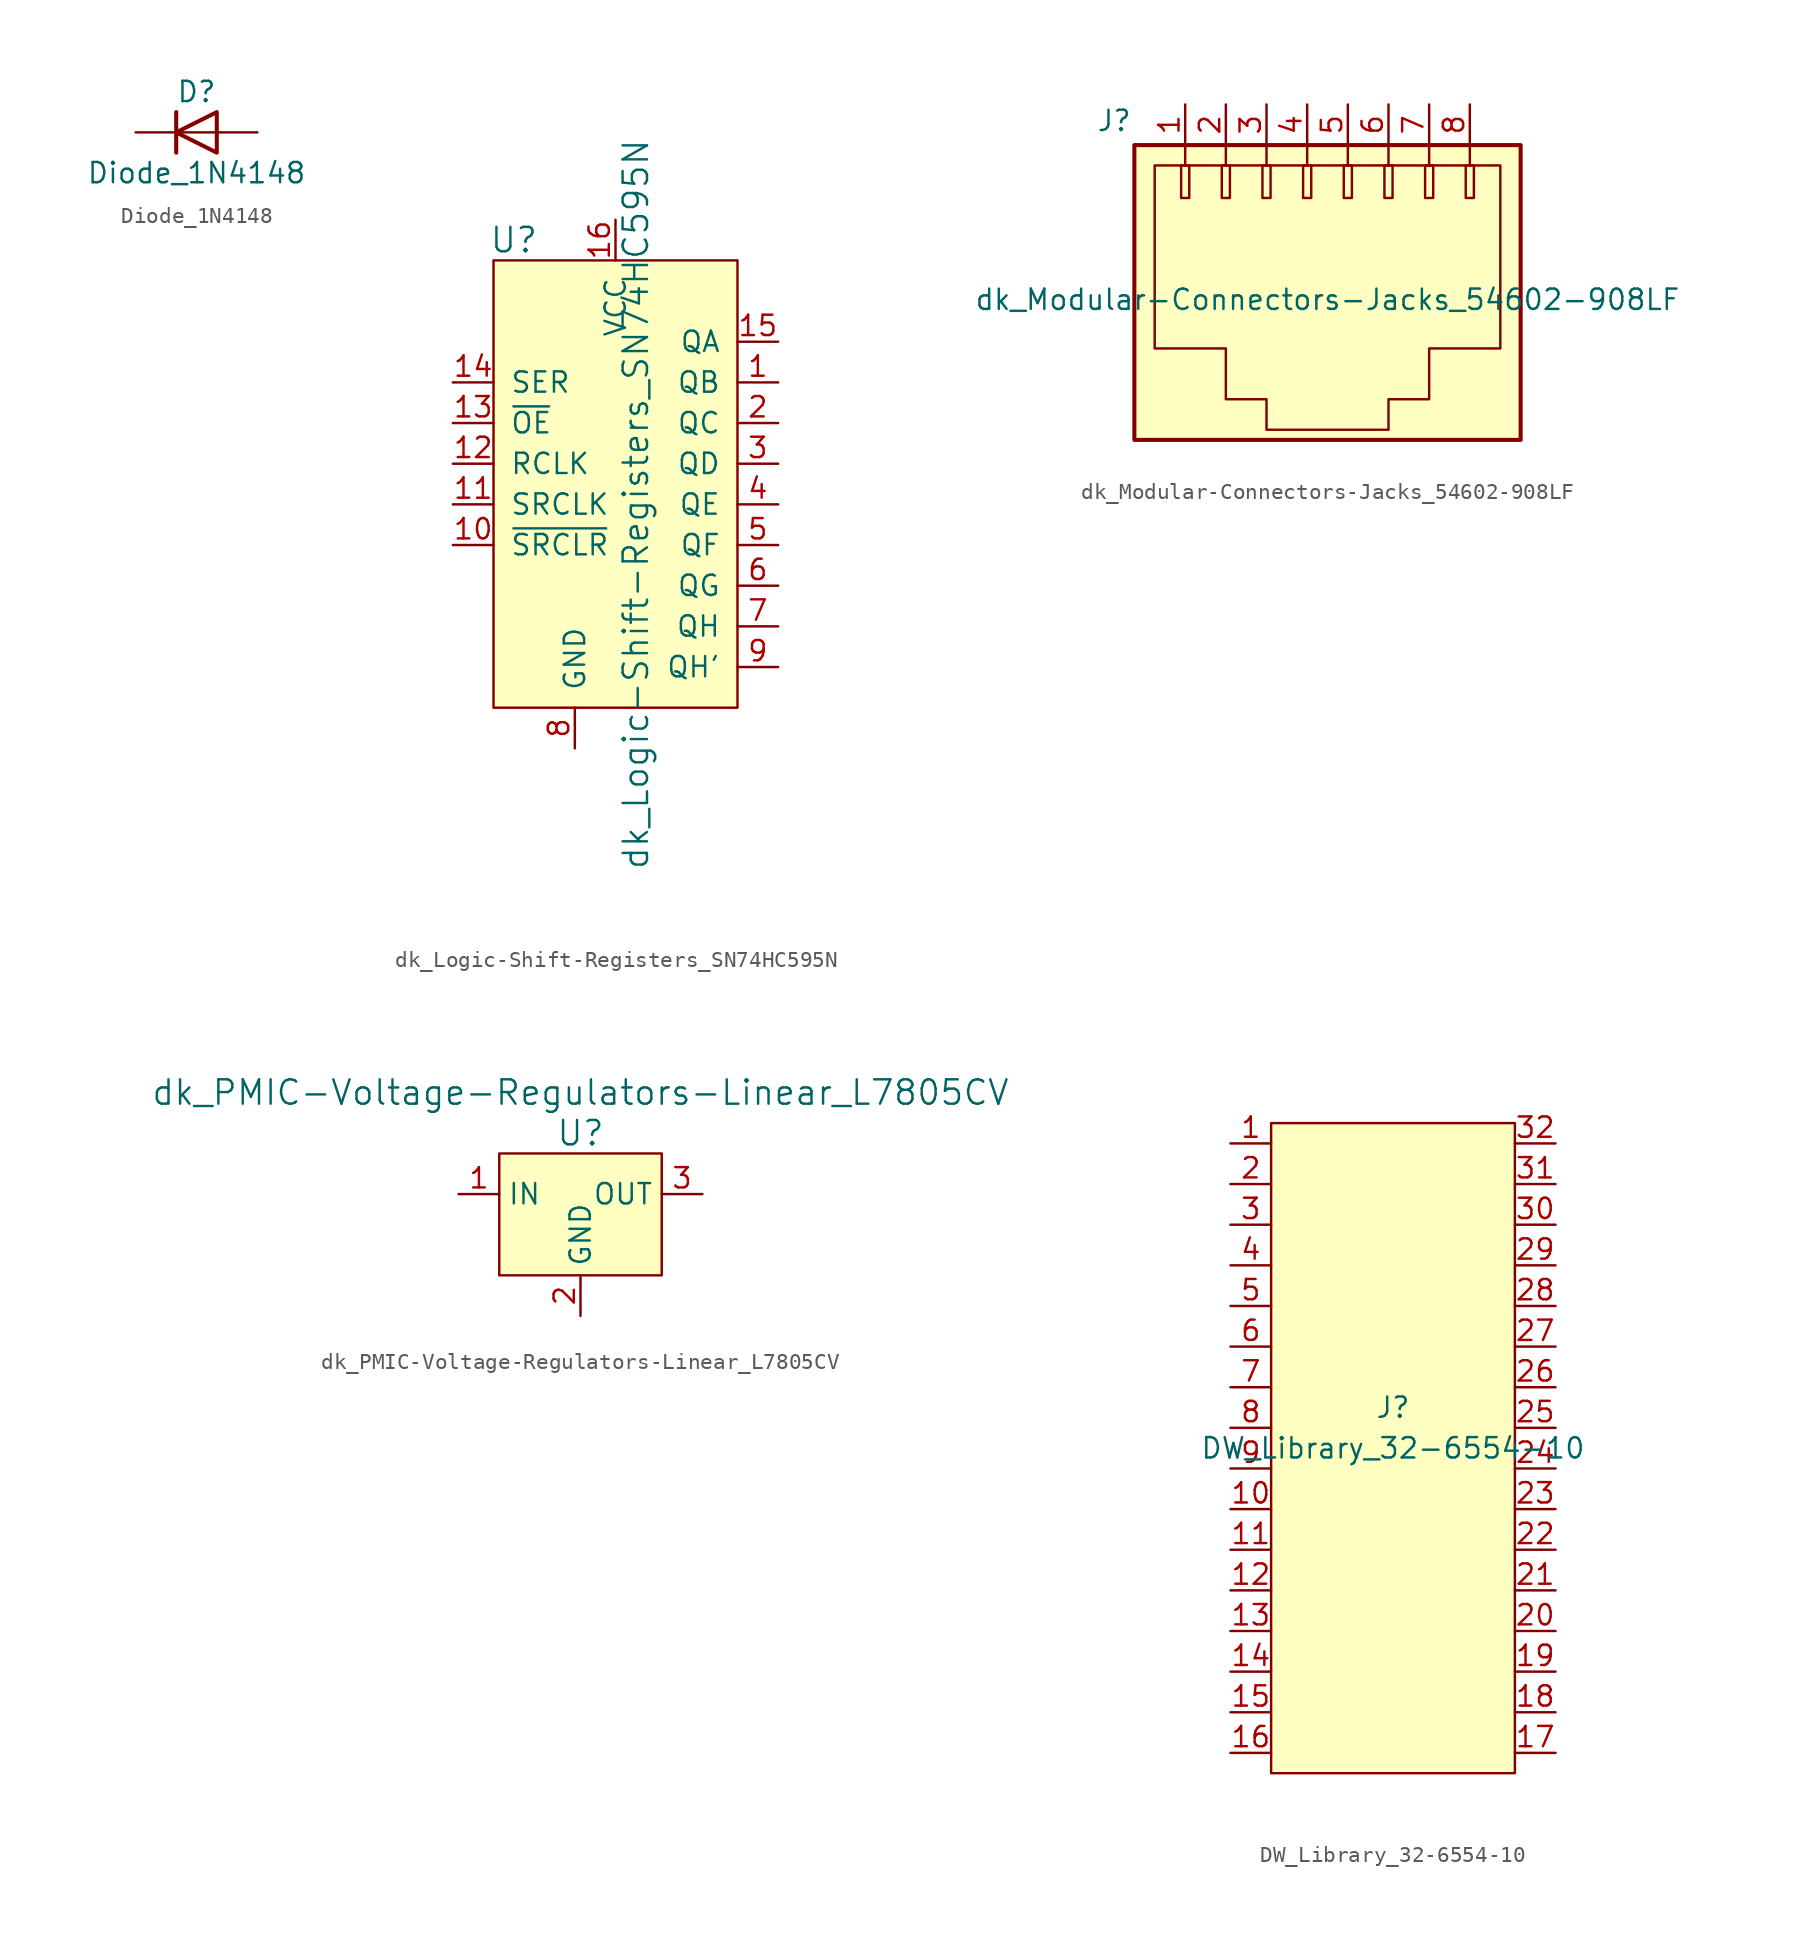
<source format=kicad_sym>
(kicad_symbol_lib
  (version 20241209)
  (generator "kicad_symbol_editor")
  (generator_version "9.0")
  (symbol "Diode_1N4148"
    (pin_numbers
      (hide yes))
    (pin_names
      (offset 1.016)
      (hide yes))
    (property "Reference" "D"
      (at 0 2.54 0)
      (effects (font (size 1.27 1.27))))
    (property "Value" "Diode_1N4148"
      (at 0 -2.54 0)
      (effects (font (size 1.27 1.27))))
    (symbol "Diode_1N4148_0_1"
      (polyline (pts (xy -1.27 1.27) (xy -1.27 -1.27)) (stroke (width 0.254) (type solid)) (fill (type none)))
      (polyline (pts (xy 1.27 1.27) (xy 1.27 -1.27) (xy -1.27 0) (xy 1.27 1.27)) (stroke (width 0.254) (type solid)) (fill (type none)))
      (polyline (pts (xy 1.27 0) (xy -1.27 0)) (stroke (width 0) (type solid)) (fill (type none))))
    (symbol "Diode_1N4148_1_1"
      (pin passive line (at -3.81 0 0) (length 2.54) (name "K" (effects (font (size 1.27 1.27)))) (number "1" (effects (font (size 1.27 1.27)))))
      (pin passive line (at 3.81 0 180) (length 2.54) (name "A" (effects (font (size 1.27 1.27)))) (number "2" (effects (font (size 1.27 1.27)))))))
  (symbol "dk_Logic-Shift-Registers_SN74HC595N"
    (pin_names
      (offset 1.016))
    (property "Reference" "U"
      (at -11.43 16.51 0)
      (effects (font (size 1.524 1.524))))
    (property "Value" "dk_Logic-Shift-Registers_SN74HC595N"
      (at -3.81 0 90)
      (effects (font (size 1.524 1.524))))
    (symbol "dk_Logic-Shift-Registers_SN74HC595N_0_1"
      (rectangle (start -12.7 15.24) (end 2.54 -12.7) (stroke (width 0) (type solid)) (fill (type background))))
    (symbol "dk_Logic-Shift-Registers_SN74HC595N_1_1"
      (pin input line (at -15.24 7.62 0) (length 2.54) (name "SER" (effects (font (size 1.27 1.27)))) (number "14" (effects (font (size 1.27 1.27)))))
      (pin input line (at -15.24 5.08 0) (length 2.54) (name "~{OE}" (effects (font (size 1.27 1.27)))) (number "13" (effects (font (size 1.27 1.27)))))
      (pin input line (at -15.24 2.54 0) (length 2.54) (name "RCLK" (effects (font (size 1.27 1.27)))) (number "12" (effects (font (size 1.27 1.27)))))
      (pin input line (at -15.24 0 0) (length 2.54) (name "SRCLK" (effects (font (size 1.27 1.27)))) (number "11" (effects (font (size 1.27 1.27)))))
      (pin input line (at -15.24 -2.54 0) (length 2.54) (name "~{SRCLR}" (effects (font (size 1.27 1.27)))) (number "10" (effects (font (size 1.27 1.27)))))
      (pin power_in line (at -7.62 -15.24 90) (length 2.54) (name "GND" (effects (font (size 1.27 1.27)))) (number "8" (effects (font (size 1.27 1.27)))))
      (pin power_in line (at -5.08 17.78 270) (length 2.54) (name "VCC" (effects (font (size 1.27 1.27)))) (number "16" (effects (font (size 1.27 1.27)))))
      (pin output line (at 5.08 10.16 180) (length 2.54) (name "QA" (effects (font (size 1.27 1.27)))) (number "15" (effects (font (size 1.27 1.27)))))
      (pin output line (at 5.08 7.62 180) (length 2.54) (name "QB" (effects (font (size 1.27 1.27)))) (number "1" (effects (font (size 1.27 1.27)))))
      (pin output line (at 5.08 5.08 180) (length 2.54) (name "QC" (effects (font (size 1.27 1.27)))) (number "2" (effects (font (size 1.27 1.27)))))
      (pin output line (at 5.08 2.54 180) (length 2.54) (name "QD" (effects (font (size 1.27 1.27)))) (number "3" (effects (font (size 1.27 1.27)))))
      (pin output line (at 5.08 0 180) (length 2.54) (name "QE" (effects (font (size 1.27 1.27)))) (number "4" (effects (font (size 1.27 1.27)))))
      (pin output line (at 5.08 -2.54 180) (length 2.54) (name "QF" (effects (font (size 1.27 1.27)))) (number "5" (effects (font (size 1.27 1.27)))))
      (pin output line (at 5.08 -5.08 180) (length 2.54) (name "QG" (effects (font (size 1.27 1.27)))) (number "6" (effects (font (size 1.27 1.27)))))
      (pin output line (at 5.08 -7.62 180) (length 2.54) (name "QH" (effects (font (size 1.27 1.27)))) (number "7" (effects (font (size 1.27 1.27)))))
      (pin output line (at 5.08 -10.16 180) (length 2.54) (name "QH'" (effects (font (size 1.27 1.27)))) (number "9" (effects (font (size 1.27 1.27)))))))
  (symbol "dk_Modular-Connectors-Jacks_54602-908LF"
    (pin_names
      (offset 1.016))
    (property "Reference" "J"
      (at -10.922 9.144 0)
      (effects (font (size 1.27 1.27)) (justify right)))
    (property "Value" "dk_Modular-Connectors-Jacks_54602-908LF"
      (at 1.27 -2.032 0)
      (effects (font (size 1.27 1.27))))
    (symbol "dk_Modular-Connectors-Jacks_54602-908LF_0_1"
      (rectangle (start -10.795 7.62) (end 13.335 -10.795) (stroke (width 0.254) (type solid)) (fill (type background)))
      (polyline (pts (xy -9.525 6.35) (xy 12.065 6.35) (xy 12.065 -5.08) (xy 7.62 -5.08) (xy 7.62 -8.255) (xy 5.08 -8.255) (xy 5.08 -10.16) (xy -2.54 -10.16) (xy -2.54 -8.255) (xy -5.08 -8.255) (xy -5.08 -5.08) (xy -9.525 -5.08) (xy -9.525 6.35)) (stroke (width 0) (type solid)) (fill (type none)))
      (rectangle (start -7.874 6.35) (end -7.366 4.318) (stroke (width 0) (type solid)) (fill (type none)))
      (polyline (pts (xy -7.62 7.62) (xy -7.62 6.35)) (stroke (width 0) (type solid)) (fill (type none)))
      (rectangle (start -5.334 6.35) (end -4.826 4.318) (stroke (width 0) (type solid)) (fill (type none)))
      (polyline (pts (xy -5.08 7.62) (xy -5.08 6.35)) (stroke (width 0) (type solid)) (fill (type none)))
      (rectangle (start -2.794 6.35) (end -2.286 4.318) (stroke (width 0) (type solid)) (fill (type none)))
      (polyline (pts (xy -2.54 7.62) (xy -2.54 6.35)) (stroke (width 0) (type solid)) (fill (type none)))
      (rectangle (start -0.254 6.35) (end 0.254 4.318) (stroke (width 0) (type solid)) (fill (type none)))
      (polyline (pts (xy 0 7.62) (xy 0 6.35)) (stroke (width 0) (type solid)) (fill (type none)))
      (rectangle (start 2.286 6.35) (end 2.794 4.318) (stroke (width 0) (type solid)) (fill (type none)))
      (polyline (pts (xy 2.54 7.62) (xy 2.54 6.35)) (stroke (width 0) (type solid)) (fill (type none)))
      (rectangle (start 4.826 6.35) (end 5.334 4.318) (stroke (width 0) (type solid)) (fill (type none)))
      (polyline (pts (xy 5.08 7.62) (xy 5.08 6.35)) (stroke (width 0) (type solid)) (fill (type none)))
      (rectangle (start 7.366 6.35) (end 7.874 4.318) (stroke (width 0) (type solid)) (fill (type none)))
      (polyline (pts (xy 7.62 7.62) (xy 7.62 6.35)) (stroke (width 0) (type solid)) (fill (type none)))
      (rectangle (start 9.906 6.35) (end 10.414 4.318) (stroke (width 0) (type solid)) (fill (type none)))
      (polyline (pts (xy 10.16 7.62) (xy 10.16 6.35)) (stroke (width 0) (type solid)) (fill (type none))))
    (symbol "dk_Modular-Connectors-Jacks_54602-908LF_1_1"
      (pin passive line (at -7.62 10.16 270) (length 2.54) (name "~" (effects (font (size 1.27 1.27)))) (number "1" (effects (font (size 1.27 1.27)))))
      (pin passive line (at -5.08 10.16 270) (length 2.54) (name "~" (effects (font (size 1.27 1.27)))) (number "2" (effects (font (size 1.27 1.27)))))
      (pin passive line (at -2.54 10.16 270) (length 2.54) (name "~" (effects (font (size 1.27 1.27)))) (number "3" (effects (font (size 1.27 1.27)))))
      (pin passive line (at 0 10.16 270) (length 2.54) (name "~" (effects (font (size 1.27 1.27)))) (number "4" (effects (font (size 1.27 1.27)))))
      (pin passive line (at 2.54 10.16 270) (length 2.54) (name "~" (effects (font (size 1.27 1.27)))) (number "5" (effects (font (size 1.27 1.27)))))
      (pin passive line (at 5.08 10.16 270) (length 2.54) (name "~" (effects (font (size 1.27 1.27)))) (number "6" (effects (font (size 1.27 1.27)))))
      (pin passive line (at 7.62 10.16 270) (length 2.54) (name "~" (effects (font (size 1.27 1.27)))) (number "7" (effects (font (size 1.27 1.27)))))
      (pin passive line (at 10.16 10.16 270) (length 2.54) (name "~" (effects (font (size 1.27 1.27)))) (number "8" (effects (font (size 1.27 1.27)))))))
  (symbol "dk_PMIC-Voltage-Regulators-Linear_L7805CV"
    (property "Reference" "U"
      (at 0 3.81 0)
      (effects (font (size 1.524 1.524))))
    (property "Value" "dk_PMIC-Voltage-Regulators-Linear_L7805CV"
      (at 0 6.35 0)
      (effects (font (size 1.524 1.524))))
    (symbol "dk_PMIC-Voltage-Regulators-Linear_L7805CV_1_1"
      (rectangle (start -5.08 2.54) (end 5.08 -5.08) (stroke (width 0) (type solid)) (fill (type background)))
      (pin power_in line (at -7.62 0 0) (length 2.54) (name "IN" (effects (font (size 1.27 1.27)))) (number "1" (effects (font (size 1.27 1.27)))))
      (pin power_in line (at 0 -7.62 90) (length 2.54) (name "GND" (effects (font (size 1.27 1.27)))) (number "2" (effects (font (size 1.27 1.27)))))
      (pin power_out line (at 7.62 0 180) (length 2.54) (name "OUT" (effects (font (size 1.27 1.27)))) (number "3" (effects (font (size 1.27 1.27)))))))
  (symbol "DW_Library_32-6554-10"
    (pin_names
      (offset 1.016)
      (hide yes))
    (property "Reference" "J"
      (at 0 1.27 0)
      (effects (font (size 1.27 1.27))))
    (property "Value" "DW_Library_32-6554-10"
      (at 0 -1.27 0)
      (effects (font (size 1.27 1.27))))
    (symbol "DW_Library_32-6554-10_0_1"
      (rectangle (start -7.62 19.05) (end 7.62 -21.59) (stroke (width 0) (type solid)) (fill (type background))))
    (symbol "DW_Library_32-6554-10_1_1"
      (pin passive line (at -10.16 17.78 0) (length 2.54) (name "1" (effects (font (size 1.27 1.27)))) (number "1" (effects (font (size 1.27 1.27)))))
      (pin passive line (at -10.16 15.24 0) (length 2.54) (name "2" (effects (font (size 1.27 1.27)))) (number "2" (effects (font (size 1.27 1.27)))))
      (pin passive line (at -10.16 12.7 0) (length 2.54) (name "3" (effects (font (size 1.27 1.27)))) (number "3" (effects (font (size 1.27 1.27)))))
      (pin passive line (at -10.16 10.16 0) (length 2.54) (name "4" (effects (font (size 1.27 1.27)))) (number "4" (effects (font (size 1.27 1.27)))))
      (pin passive line (at -10.16 7.62 0) (length 2.54) (name "5" (effects (font (size 1.27 1.27)))) (number "5" (effects (font (size 1.27 1.27)))))
      (pin passive line (at -10.16 5.08 0) (length 2.54) (name "6" (effects (font (size 1.27 1.27)))) (number "6" (effects (font (size 1.27 1.27)))))
      (pin passive line (at -10.16 2.54 0) (length 2.54) (name "7" (effects (font (size 1.27 1.27)))) (number "7" (effects (font (size 1.27 1.27)))))
      (pin passive line (at -10.16 0 0) (length 2.54) (name "8" (effects (font (size 1.27 1.27)))) (number "8" (effects (font (size 1.27 1.27)))))
      (pin passive line (at -10.16 -2.54 0) (length 2.54) (name "9" (effects (font (size 1.27 1.27)))) (number "9" (effects (font (size 1.27 1.27)))))
      (pin passive line (at -10.16 -5.08 0) (length 2.54) (name "10" (effects (font (size 1.27 1.27)))) (number "10" (effects (font (size 1.27 1.27)))))
      (pin passive line (at -10.16 -7.62 0) (length 2.54) (name "11" (effects (font (size 1.27 1.27)))) (number "11" (effects (font (size 1.27 1.27)))))
      (pin passive line (at -10.16 -10.16 0) (length 2.54) (name "12" (effects (font (size 1.27 1.27)))) (number "12" (effects (font (size 1.27 1.27)))))
      (pin passive line (at -10.16 -12.7 0) (length 2.54) (name "13" (effects (font (size 1.27 1.27)))) (number "13" (effects (font (size 1.27 1.27)))))
      (pin passive line (at -10.16 -15.24 0) (length 2.54) (name "14" (effects (font (size 1.27 1.27)))) (number "14" (effects (font (size 1.27 1.27)))))
      (pin passive line (at -10.16 -17.78 0) (length 2.54) (name "15" (effects (font (size 1.27 1.27)))) (number "15" (effects (font (size 1.27 1.27)))))
      (pin passive line (at -10.16 -20.32 0) (length 2.54) (name "16" (effects (font (size 1.27 1.27)))) (number "16" (effects (font (size 1.27 1.27)))))
      (pin passive line (at 10.16 17.78 180) (length 2.54) (name "32" (effects (font (size 1.27 1.27)))) (number "32" (effects (font (size 1.27 1.27)))))
      (pin passive line (at 10.16 15.24 180) (length 2.54) (name "31" (effects (font (size 1.27 1.27)))) (number "31" (effects (font (size 1.27 1.27)))))
      (pin passive line (at 10.16 12.7 180) (length 2.54) (name "30" (effects (font (size 1.27 1.27)))) (number "30" (effects (font (size 1.27 1.27)))))
      (pin passive line (at 10.16 10.16 180) (length 2.54) (name "29" (effects (font (size 1.27 1.27)))) (number "29" (effects (font (size 1.27 1.27)))))
      (pin passive line (at 10.16 7.62 180) (length 2.54) (name "28" (effects (font (size 1.27 1.27)))) (number "28" (effects (font (size 1.27 1.27)))))
      (pin passive line (at 10.16 5.08 180) (length 2.54) (name "27" (effects (font (size 1.27 1.27)))) (number "27" (effects (font (size 1.27 1.27)))))
      (pin passive line (at 10.16 2.54 180) (length 2.54) (name "26" (effects (font (size 1.27 1.27)))) (number "26" (effects (font (size 1.27 1.27)))))
      (pin passive line (at 10.16 0 180) (length 2.54) (name "25" (effects (font (size 1.27 1.27)))) (number "25" (effects (font (size 1.27 1.27)))))
      (pin passive line (at 10.16 -2.54 180) (length 2.54) (name "24" (effects (font (size 1.27 1.27)))) (number "24" (effects (font (size 1.27 1.27)))))
      (pin passive line (at 10.16 -5.08 180) (length 2.54) (name "23" (effects (font (size 1.27 1.27)))) (number "23" (effects (font (size 1.27 1.27)))))
      (pin passive line (at 10.16 -7.62 180) (length 2.54) (name "22" (effects (font (size 1.27 1.27)))) (number "22" (effects (font (size 1.27 1.27)))))
      (pin passive line (at 10.16 -10.16 180) (length 2.54) (name "21" (effects (font (size 1.27 1.27)))) (number "21" (effects (font (size 1.27 1.27)))))
      (pin passive line (at 10.16 -12.7 180) (length 2.54) (name "20" (effects (font (size 1.27 1.27)))) (number "20" (effects (font (size 1.27 1.27)))))
      (pin passive line (at 10.16 -15.24 180) (length 2.54) (name "19" (effects (font (size 1.27 1.27)))) (number "19" (effects (font (size 1.27 1.27)))))
      (pin passive line (at 10.16 -17.78 180) (length 2.54) (name "18" (effects (font (size 1.27 1.27)))) (number "18" (effects (font (size 1.27 1.27)))))
      (pin passive line (at 10.16 -20.32 180) (length 2.54) (name "17" (effects (font (size 1.27 1.27)))) (number "17" (effects (font (size 1.27 1.27))))))))
</source>
